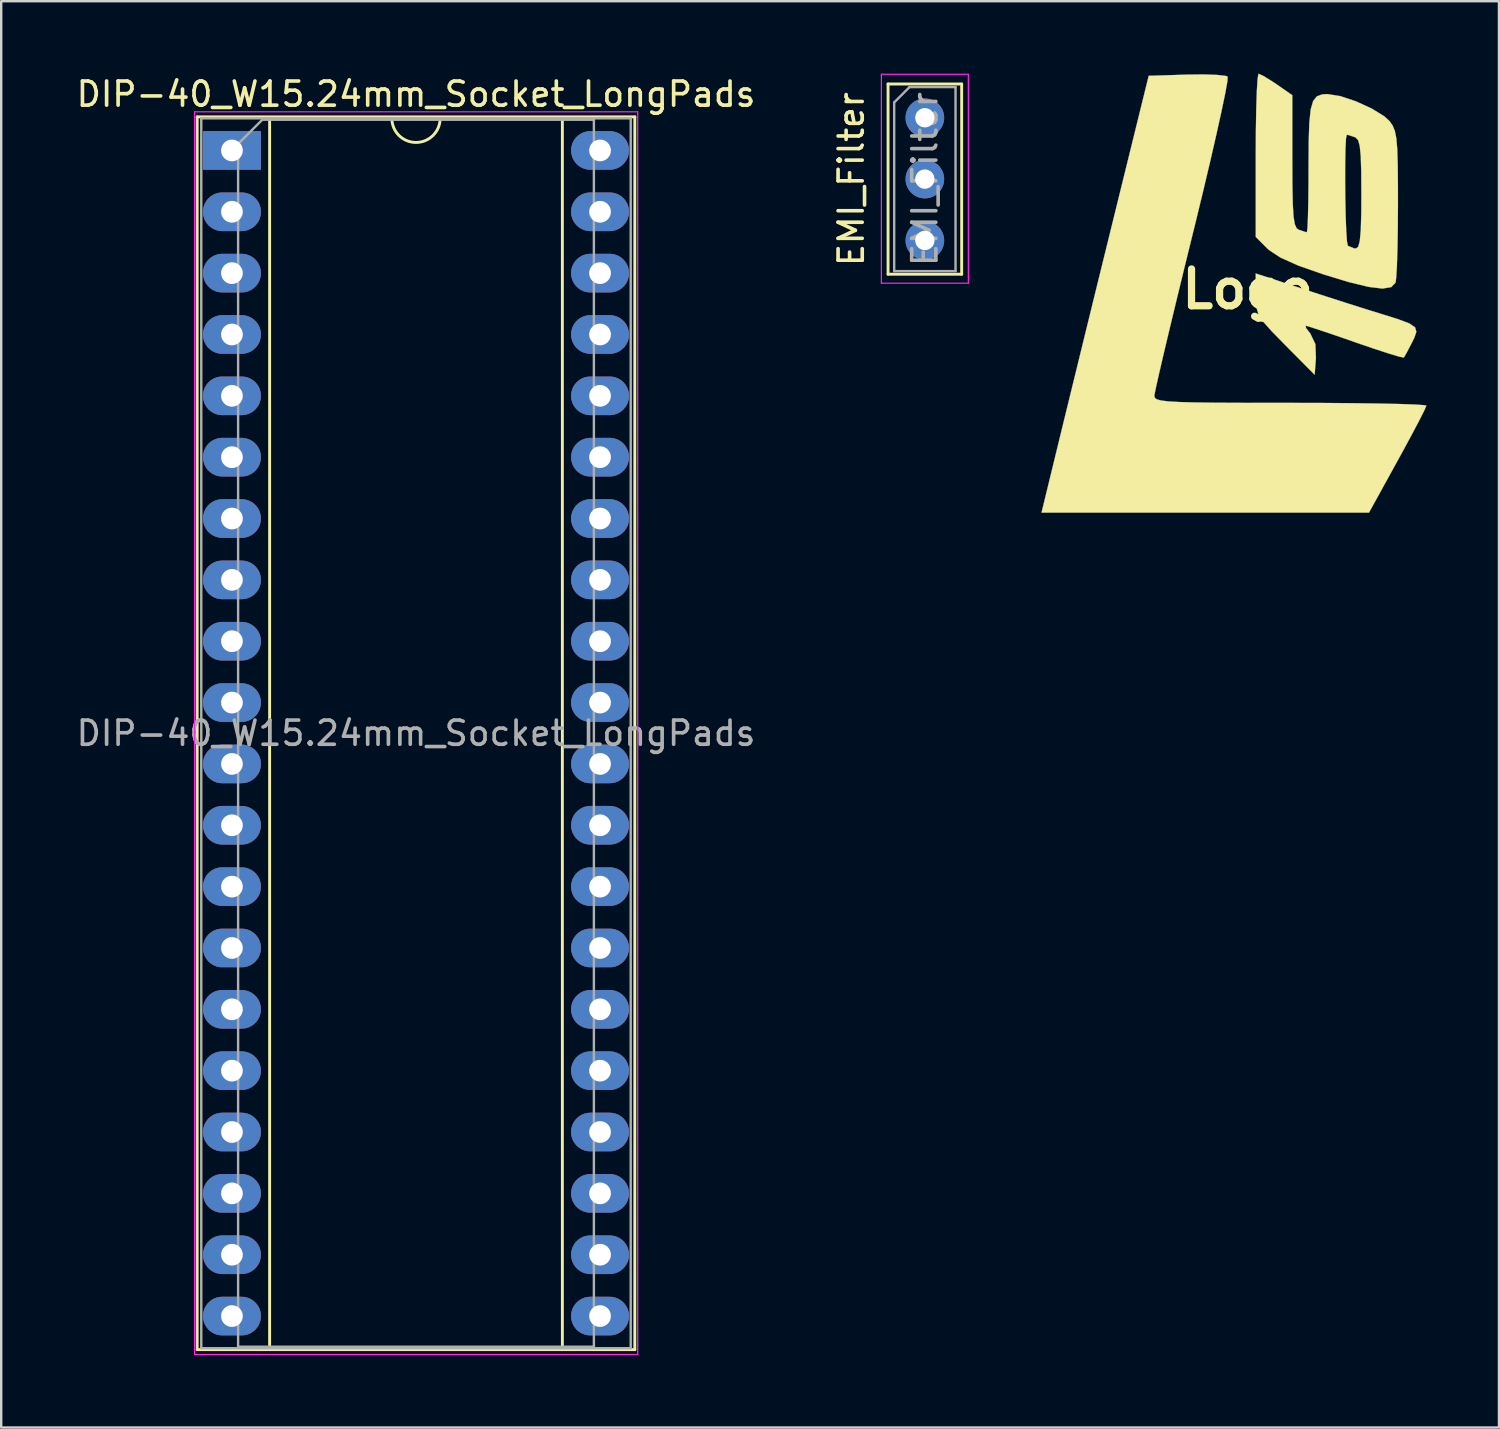
<source format=kicad_pcb>
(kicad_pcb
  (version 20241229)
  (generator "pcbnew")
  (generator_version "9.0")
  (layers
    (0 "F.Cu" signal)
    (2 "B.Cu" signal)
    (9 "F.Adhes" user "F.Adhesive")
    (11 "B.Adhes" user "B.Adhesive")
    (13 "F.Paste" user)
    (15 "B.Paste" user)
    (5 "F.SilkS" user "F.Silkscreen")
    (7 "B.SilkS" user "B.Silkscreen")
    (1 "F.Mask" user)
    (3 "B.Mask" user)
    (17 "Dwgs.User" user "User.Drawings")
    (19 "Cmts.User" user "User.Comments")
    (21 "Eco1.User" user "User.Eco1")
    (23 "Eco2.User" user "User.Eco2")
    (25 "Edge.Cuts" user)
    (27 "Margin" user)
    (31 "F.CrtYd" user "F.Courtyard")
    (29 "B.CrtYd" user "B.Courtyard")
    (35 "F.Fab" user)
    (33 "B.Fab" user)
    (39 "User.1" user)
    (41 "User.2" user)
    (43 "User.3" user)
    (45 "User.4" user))
  (footprint "EMI_Filter"
    (layer "F.Cu")
    (at 35.241 1.825)
    (property "Reference" "EMI_Filter" (at -3.048 2.54 270) (layer "F.SilkS") (effects (font (size 1 1) (thickness 0.15))))
    (attr through_hole)
    (fp_line (start -1.524 -1.397) (end -1.524 6.477) (stroke (width 0.12) (type solid)) (layer "F.SilkS"))
    (fp_line (start -1.524 -1.397) (end 1.524 -1.397) (stroke (width 0.12) (type solid)) (layer "F.SilkS"))
    (fp_line (start -1.524 6.477) (end 1.524 6.477) (stroke (width 0.12) (type solid)) (layer "F.SilkS"))
    (fp_line (start 1.524 -1.397) (end 1.524 6.477) (stroke (width 0.12) (type solid)) (layer "F.SilkS"))
    (fp_line (start -1.8 -1.8) (end -1.8 6.85) (stroke (width 0.05) (type solid)) (layer "F.CrtYd"))
    (fp_line (start -1.8 6.85) (end 1.8 6.85) (stroke (width 0.05) (type solid)) (layer "F.CrtYd"))
    (fp_line (start 1.8 -1.8) (end -1.8 -1.8) (stroke (width 0.05) (type solid)) (layer "F.CrtYd"))
    (fp_line (start 1.8 -1.8) (end 1.8 6.85) (stroke (width 0.05) (type solid)) (layer "F.CrtYd"))
    (fp_line (start -1.27 -0.635) (end -0.635 -1.27) (stroke (width 0.1) (type solid)) (layer "F.Fab"))
    (fp_line (start -1.27 6.35) (end -1.27 -0.635) (stroke (width 0.1) (type solid)) (layer "F.Fab"))
    (fp_line (start -0.635 -1.27) (end 1.27 -1.27) (stroke (width 0.1) (type solid)) (layer "F.Fab"))
    (fp_line (start 1.27 -1.27) (end 1.27 6.35) (stroke (width 0.1) (type solid)) (layer "F.Fab"))
    (fp_line (start 1.27 6.35) (end -1.27 6.35) (stroke (width 0.1) (type solid)) (layer "F.Fab"))
    (fp_text user "${REFERENCE}" (at 0 2.54 270) (layer "F.Fab") (effects (font (size 1 1) (thickness 0.15))))
    (pad "1" thru_hole circle (at 0 0) (size 1.6 1.6) (drill 0.8) (layers "*.Cu" "*.Mask"))
    (pad "2" thru_hole circle (at 0 2.54) (size 1.6 1.6) (drill 0.8) (layers "*.Cu" "*.Mask"))
    (pad "3" thru_hole circle (at 0 5.08) (size 1.6 1.6) (drill 0.8) (layers "*.Cu" "*.Mask")))
  (footprint "DIP-40_W15.24mm_Socket_LongPads"
    (layer "F.Cu")
    (at 6.553 3.178)
    (property "Reference" "DIP-40_W15.24mm_Socket_LongPads" (at 7.62 -2.33 0) (layer "F.SilkS") (effects (font (size 1 1) (thickness 0.15))))
    (attr through_hole)
    (fp_line (start -1.44 -1.39) (end -1.44 49.65) (stroke (width 0.12) (type solid)) (layer "F.SilkS"))
    (fp_line (start -1.44 49.65) (end 16.68 49.65) (stroke (width 0.12) (type solid)) (layer "F.SilkS"))
    (fp_line (start 1.56 -1.33) (end 1.56 49.59) (stroke (width 0.12) (type solid)) (layer "F.SilkS"))
    (fp_line (start 1.56 49.59) (end 13.68 49.59) (stroke (width 0.12) (type solid)) (layer "F.SilkS"))
    (fp_line (start 6.62 -1.33) (end 1.56 -1.33) (stroke (width 0.12) (type solid)) (layer "F.SilkS"))
    (fp_line (start 13.68 -1.33) (end 8.62 -1.33) (stroke (width 0.12) (type solid)) (layer "F.SilkS"))
    (fp_line (start 13.68 49.59) (end 13.68 -1.33) (stroke (width 0.12) (type solid)) (layer "F.SilkS"))
    (fp_line (start 16.68 -1.39) (end -1.44 -1.39) (stroke (width 0.12) (type solid)) (layer "F.SilkS"))
    (fp_line (start 16.68 49.65) (end 16.68 -1.39) (stroke (width 0.12) (type solid)) (layer "F.SilkS"))
    (fp_arc (start 8.62 -1.33) (mid 7.62 -0.33) (end 6.62 -1.33) (stroke (width 0.12) (type solid)) (layer "F.SilkS"))
    (fp_line (start -1.55 -1.6) (end -1.55 49.85) (stroke (width 0.05) (type solid)) (layer "F.CrtYd"))
    (fp_line (start -1.55 49.85) (end 16.8 49.85) (stroke (width 0.05) (type solid)) (layer "F.CrtYd"))
    (fp_line (start 16.8 -1.6) (end -1.55 -1.6) (stroke (width 0.05) (type solid)) (layer "F.CrtYd"))
    (fp_line (start 16.8 49.85) (end 16.8 -1.6) (stroke (width 0.05) (type solid)) (layer "F.CrtYd"))
    (fp_line (start -1.27 -1.33) (end -1.27 49.59) (stroke (width 0.1) (type solid)) (layer "F.Fab"))
    (fp_line (start -1.27 49.59) (end 16.51 49.59) (stroke (width 0.1) (type solid)) (layer "F.Fab"))
    (fp_line (start 0.255 -0.27) (end 1.255 -1.27) (stroke (width 0.1) (type solid)) (layer "F.Fab"))
    (fp_line (start 0.255 49.53) (end 0.255 -0.27) (stroke (width 0.1) (type solid)) (layer "F.Fab"))
    (fp_line (start 1.255 -1.27) (end 14.985 -1.27) (stroke (width 0.1) (type solid)) (layer "F.Fab"))
    (fp_line (start 14.985 -1.27) (end 14.985 49.53) (stroke (width 0.1) (type solid)) (layer "F.Fab"))
    (fp_line (start 14.985 49.53) (end 0.255 49.53) (stroke (width 0.1) (type solid)) (layer "F.Fab"))
    (fp_line (start 16.51 -1.33) (end -1.27 -1.33) (stroke (width 0.1) (type solid)) (layer "F.Fab"))
    (fp_line (start 16.51 49.59) (end 16.51 -1.33) (stroke (width 0.1) (type solid)) (layer "F.Fab"))
    (fp_text user "${REFERENCE}" (at 7.62 24.13 0) (layer "F.Fab") (effects (font (size 1 1) (thickness 0.15))))
    (pad "1" thru_hole rect (at 0 0) (size 2.4 1.6) (drill 0.9) (layers "*.Cu" "*.Mask"))
    (pad "2" thru_hole oval (at 0 2.54) (size 2.4 1.6) (drill 0.9) (layers "*.Cu" "*.Mask"))
    (pad "3" thru_hole oval (at 0 5.08) (size 2.4 1.6) (drill 0.9) (layers "*.Cu" "*.Mask"))
    (pad "4" thru_hole oval (at 0 7.62) (size 2.4 1.6) (drill 0.9) (layers "*.Cu" "*.Mask"))
    (pad "5" thru_hole oval (at 0 10.16) (size 2.4 1.6) (drill 0.9) (layers "*.Cu" "*.Mask"))
    (pad "6" thru_hole oval (at 0 12.7) (size 2.4 1.6) (drill 0.9) (layers "*.Cu" "*.Mask"))
    (pad "7" thru_hole oval (at 0 15.24) (size 2.4 1.6) (drill 0.9) (layers "*.Cu" "*.Mask"))
    (pad "8" thru_hole oval (at 0 17.78) (size 2.4 1.6) (drill 0.9) (layers "*.Cu" "*.Mask"))
    (pad "9" thru_hole oval (at 0 20.32) (size 2.4 1.6) (drill 0.9) (layers "*.Cu" "*.Mask"))
    (pad "10" thru_hole oval (at 0 22.86) (size 2.4 1.6) (drill 0.9) (layers "*.Cu" "*.Mask"))
    (pad "11" thru_hole oval (at 0 25.4) (size 2.4 1.6) (drill 0.9) (layers "*.Cu" "*.Mask"))
    (pad "12" thru_hole oval (at 0 27.94) (size 2.4 1.6) (drill 0.9) (layers "*.Cu" "*.Mask"))
    (pad "13" thru_hole oval (at 0 30.48) (size 2.4 1.6) (drill 0.9) (layers "*.Cu" "*.Mask"))
    (pad "14" thru_hole oval (at 0 33.02) (size 2.4 1.6) (drill 0.9) (layers "*.Cu" "*.Mask"))
    (pad "15" thru_hole oval (at 0 35.56) (size 2.4 1.6) (drill 0.9) (layers "*.Cu" "*.Mask"))
    (pad "16" thru_hole oval (at 0 38.1) (size 2.4 1.6) (drill 0.9) (layers "*.Cu" "*.Mask"))
    (pad "17" thru_hole oval (at 0 40.64) (size 2.4 1.6) (drill 0.9) (layers "*.Cu" "*.Mask"))
    (pad "18" thru_hole oval (at 0 43.18) (size 2.4 1.6) (drill 0.9) (layers "*.Cu" "*.Mask"))
    (pad "19" thru_hole oval (at 0 45.72) (size 2.4 1.6) (drill 0.9) (layers "*.Cu" "*.Mask"))
    (pad "20" thru_hole oval (at 0 48.26) (size 2.4 1.6) (drill 0.9) (layers "*.Cu" "*.Mask"))
    (pad "21" thru_hole oval (at 15.24 48.26) (size 2.4 1.6) (drill 0.9) (layers "*.Cu" "*.Mask"))
    (pad "22" thru_hole oval (at 15.24 45.72) (size 2.4 1.6) (drill 0.9) (layers "*.Cu" "*.Mask"))
    (pad "23" thru_hole oval (at 15.24 43.18) (size 2.4 1.6) (drill 0.9) (layers "*.Cu" "*.Mask"))
    (pad "24" thru_hole oval (at 15.24 40.64) (size 2.4 1.6) (drill 0.9) (layers "*.Cu" "*.Mask"))
    (pad "25" thru_hole oval (at 15.24 38.1) (size 2.4 1.6) (drill 0.9) (layers "*.Cu" "*.Mask"))
    (pad "26" thru_hole oval (at 15.24 35.56) (size 2.4 1.6) (drill 0.9) (layers "*.Cu" "*.Mask"))
    (pad "27" thru_hole oval (at 15.24 33.02) (size 2.4 1.6) (drill 0.9) (layers "*.Cu" "*.Mask"))
    (pad "28" thru_hole oval (at 15.24 30.48) (size 2.4 1.6) (drill 0.9) (layers "*.Cu" "*.Mask"))
    (pad "29" thru_hole oval (at 15.24 27.94) (size 2.4 1.6) (drill 0.9) (layers "*.Cu" "*.Mask"))
    (pad "30" thru_hole oval (at 15.24 25.4) (size 2.4 1.6) (drill 0.9) (layers "*.Cu" "*.Mask"))
    (pad "31" thru_hole oval (at 15.24 22.86) (size 2.4 1.6) (drill 0.9) (layers "*.Cu" "*.Mask"))
    (pad "32" thru_hole oval (at 15.24 20.32) (size 2.4 1.6) (drill 0.9) (layers "*.Cu" "*.Mask"))
    (pad "33" thru_hole oval (at 15.24 17.78) (size 2.4 1.6) (drill 0.9) (layers "*.Cu" "*.Mask"))
    (pad "34" thru_hole oval (at 15.24 15.24) (size 2.4 1.6) (drill 0.9) (layers "*.Cu" "*.Mask"))
    (pad "35" thru_hole oval (at 15.24 12.7) (size 2.4 1.6) (drill 0.9) (layers "*.Cu" "*.Mask"))
    (pad "36" thru_hole oval (at 15.24 10.16) (size 2.4 1.6) (drill 0.9) (layers "*.Cu" "*.Mask"))
    (pad "37" thru_hole oval (at 15.24 7.62) (size 2.4 1.6) (drill 0.9) (layers "*.Cu" "*.Mask"))
    (pad "38" thru_hole oval (at 15.24 5.08) (size 2.4 1.6) (drill 0.9) (layers "*.Cu" "*.Mask"))
    (pad "39" thru_hole oval (at 15.24 2.54) (size 2.4 1.6) (drill 0.9) (layers "*.Cu" "*.Mask"))
    (pad "40" thru_hole oval (at 15.24 0) (size 2.4 1.6) (drill 0.9) (layers "*.Cu" "*.Mask")))
  (footprint "Logo"
    (layer "F.Cu")
    (at 48.604 8.92)
    (property "Reference" "Logo" (at 0 0 0) (layer "F.SilkS") (effects (font (size 1.524 1.524) (thickness 0.3))))
    (attr through_hole)
    (fp_poly (pts (xy 2.313 0.000181) (xy 3.22 0.295) (xy 4.147 0.593) (xy 4.972 0.854) (xy 5.48 1.011) (xy 6.226 1.244) (xy 6.695 1.42) (xy 6.933 1.581) (xy 6.986 1.768) (xy 6.899 2.021) (xy 6.807 2.206) (xy 6.608 2.588) (xy 6.48 2.815) (xy 6.468 2.832) (xy 6.3 2.802) (xy 5.878 2.677) (xy 5.263 2.477) (xy 4.519 2.223) (xy 4.46 2.202) (xy 3.702 1.938) (xy 3.064 1.722) (xy 2.61 1.573) (xy 2.405 1.514) (xy 2.402 1.514) (xy 2.423 1.618) (xy 2.592 1.833) (xy 2.805 2.277) (xy 2.828 2.848) (xy 2.775 3.545) (xy 1.556 2.315) (xy 1.007 1.755) (xy 0.654 1.359) (xy 0.454 1.051) (xy 0.362 0.759) (xy 0.337 0.409) (xy 0.336 0.219) (xy 0.336 -0.648) (xy 2.313 0.000181)) (stroke (width 0.01) (type solid)) (fill yes) (layer "F.SilkS"))
    (fp_poly (pts (xy -1.258 -8.868) (xy -0.901 -8.826) (xy -0.826 -8.796) (xy -0.837 -8.608) (xy -0.922 -8.131) (xy -1.074 -7.399) (xy -1.284 -6.448) (xy -1.544 -5.314) (xy -1.847 -4.034) (xy -2.185 -2.643) (xy -2.277 -2.271) (xy -2.627 -0.848) (xy -2.95 0.479) (xy -3.238 1.675) (xy -3.482 2.701) (xy -3.672 3.52) (xy -3.801 4.096) (xy -3.86 4.391) (xy -3.862 4.416) (xy -3.846 4.495) (xy -3.769 4.559) (xy -3.6 4.609) (xy -3.304 4.647) (xy -2.849 4.674) (xy -2.202 4.692) (xy -1.328 4.703) (xy -0.196 4.708) (xy 1.229 4.71) (xy 1.766 4.71) (xy 3.105 4.713) (xy 4.33 4.723) (xy 5.402 4.737) (xy 6.283 4.756) (xy 6.934 4.779) (xy 7.315 4.805) (xy 7.401 4.825) (xy 7.324 5.005) (xy 7.112 5.425) (xy 6.794 6.028) (xy 6.398 6.759) (xy 6.213 7.096) (xy 5.025 9.252) (xy -8.532 9.252) (xy -7.641 5.593) (xy -7.364 4.461) (xy -7.027 3.085) (xy -6.65 1.545) (xy -6.252 -0.076) (xy -5.853 -1.697) (xy -5.474 -3.235) (xy -5.422 -3.448) (xy -4.095 -8.831) (xy -2.525 -8.88) (xy -1.827 -8.888) (xy -1.258 -8.868)) (stroke (width 0.01) (type solid)) (fill yes) (layer "F.SilkS"))
    (fp_poly (pts (xy 0.651 -8.827) (xy 1.014 -8.604) (xy 1.21 -8.472) (xy 1.85 -8.028) (xy 1.85 -5.294) (xy 1.854 -4.258) (xy 1.87 -3.51) (xy 1.901 -3.003) (xy 1.952 -2.69) (xy 2.028 -2.522) (xy 2.116 -2.457) (xy 2.385 -2.368) (xy 2.453 -2.355) (xy 2.477 -2.514) (xy 2.497 -2.952) (xy 2.513 -3.614) (xy 2.522 -4.442) (xy 2.522 -4.494) (xy 4.037 -4.494) (xy 4.044 -3.736) (xy 4.06 -3.012) (xy 4.083 -2.397) (xy 4.114 -1.966) (xy 4.149 -1.794) (xy 4.404 -1.689) (xy 4.486 -1.682) (xy 4.58 -1.754) (xy 4.645 -1.997) (xy 4.686 -2.455) (xy 4.706 -3.173) (xy 4.71 -3.935) (xy 4.704 -4.866) (xy 4.684 -5.514) (xy 4.642 -5.93) (xy 4.573 -6.167) (xy 4.472 -6.277) (xy 4.444 -6.29) (xy 4.176 -6.379) (xy 4.107 -6.392) (xy 4.073 -6.236) (xy 4.051 -5.819) (xy 4.039 -5.213) (xy 4.037 -4.494) (xy 2.522 -4.494) (xy 2.523 -5.013) (xy 2.529 -6.1) (xy 2.555 -6.895) (xy 2.613 -7.445) (xy 2.714 -7.792) (xy 2.869 -7.983) (xy 3.09 -8.062) (xy 3.307 -8.074) (xy 3.838 -7.99) (xy 4.49 -7.772) (xy 5.139 -7.475) (xy 5.662 -7.153) (xy 5.884 -6.947) (xy 6.006 -6.767) (xy 6.096 -6.55) (xy 6.157 -6.242) (xy 6.195 -5.792) (xy 6.215 -5.145) (xy 6.223 -4.248) (xy 6.224 -3.524) (xy 6.218 -2.539) (xy 6.203 -1.66) (xy 6.18 -0.947) (xy 6.15 -0.459) (xy 6.122 -0.266) (xy 5.946 -0.083) (xy 5.585 -0.023) (xy 5.01 -0.092) (xy 4.188 -0.291) (xy 3.127 -0.614) (xy 2.094 -0.976) (xy 1.359 -1.306) (xy 0.883 -1.619) (xy 0.814 -1.683) (xy 0.336 -2.161) (xy 0.336 -5.538) (xy 0.342 -6.563) (xy 0.357 -7.462) (xy 0.381 -8.186) (xy 0.411 -8.685) (xy 0.446 -8.908) (xy 0.454 -8.915) (xy 0.651 -8.827)) (stroke (width 0.01) (type solid)) (fill yes) (layer "F.SilkS")))
  (gr_rect
    (start -3 -3)
    (end 59.01 56.053)
    (stroke (width 0.1) (type default))
    (fill no)
    (layer "Edge.Cuts")))
</source>
